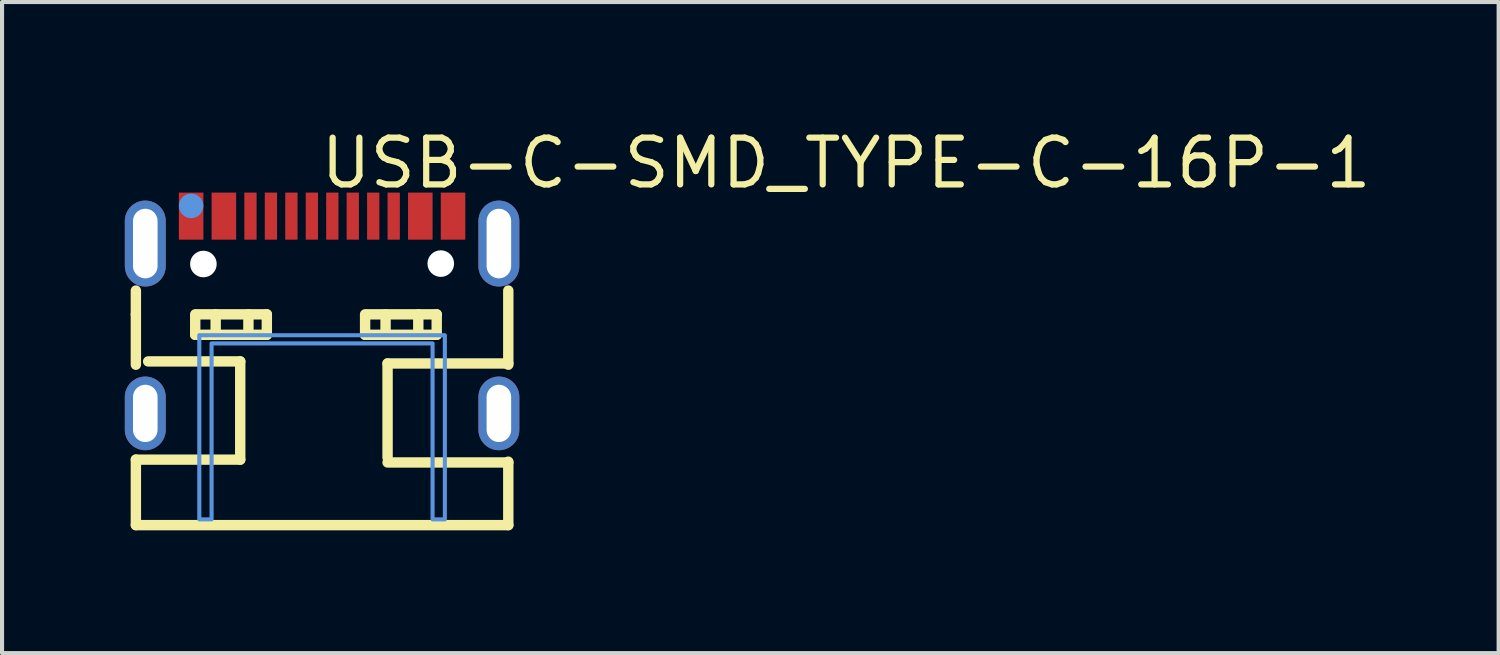
<source format=kicad_pcb>
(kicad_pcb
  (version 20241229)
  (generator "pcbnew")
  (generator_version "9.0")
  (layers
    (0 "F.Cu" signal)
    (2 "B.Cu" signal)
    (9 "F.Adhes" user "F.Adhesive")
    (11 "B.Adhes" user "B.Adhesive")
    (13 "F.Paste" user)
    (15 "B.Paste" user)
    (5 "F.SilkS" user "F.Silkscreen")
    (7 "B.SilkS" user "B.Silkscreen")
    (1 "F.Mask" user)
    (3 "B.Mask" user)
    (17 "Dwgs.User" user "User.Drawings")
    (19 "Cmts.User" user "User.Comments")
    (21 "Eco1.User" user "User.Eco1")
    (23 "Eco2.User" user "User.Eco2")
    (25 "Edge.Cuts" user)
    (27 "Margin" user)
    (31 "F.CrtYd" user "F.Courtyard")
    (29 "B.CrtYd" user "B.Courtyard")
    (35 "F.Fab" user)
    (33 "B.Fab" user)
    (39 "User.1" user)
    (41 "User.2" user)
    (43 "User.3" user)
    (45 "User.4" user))
  (footprint "USB-C-SMD_TYPE-C-16P-1"
    (layer "F.Cu")
    (at 4.82 4.641)
    (property "Reference" "USB-C-SMD_TYPE-C-16P-1" (at -0.114 -3.706 0) (layer "F.SilkS") (effects (font (size 1.143 1.143) (thickness 0.152)) (justify left)))
    (attr smd)
    (fp_line (start -4.55 -0.01) (end -4.55 -0.591) (stroke (width 0.254) (type solid)) (layer "F.SilkS"))
    (fp_line (start -4.55 -0.01) (end -4.55 1.221) (stroke (width 0.254) (type solid)) (layer "F.SilkS"))
    (fp_line (start -4.55 3.54) (end -4.55 5.14) (stroke (width 0.254) (type solid)) (layer "F.SilkS"))
    (fp_line (start -4.55 5.14) (end 4.55 5.14) (stroke (width 0.254) (type solid)) (layer "F.SilkS"))
    (fp_line (start -4.25 1.14) (end -2 1.14) (stroke (width 0.254) (type solid)) (layer "F.SilkS"))
    (fp_line (start -3.1 -0.01) (end -3.1 0.49) (stroke (width 0.254) (type solid)) (layer "F.SilkS"))
    (fp_line (start -3.1 0.49) (end -1.35 0.49) (stroke (width 0.254) (type solid)) (layer "F.SilkS"))
    (fp_line (start -2.6 -0.01) (end -2.6 0.49) (stroke (width 0.254) (type solid)) (layer "F.SilkS"))
    (fp_line (start -2 1.14) (end -2 3.54) (stroke (width 0.254) (type solid)) (layer "F.SilkS"))
    (fp_line (start -2 3.54) (end -4.55 3.54) (stroke (width 0.254) (type solid)) (layer "F.SilkS"))
    (fp_line (start -1.8 -0.01) (end -1.8 0.49) (stroke (width 0.254) (type solid)) (layer "F.SilkS"))
    (fp_line (start -1.35 -0.01) (end -3.05 -0.01) (stroke (width 0.254) (type solid)) (layer "F.SilkS"))
    (fp_line (start -1.35 0.49) (end -1.35 -0.01) (stroke (width 0.254) (type solid)) (layer "F.SilkS"))
    (fp_line (start 1.051 -0.01) (end 1.051 0.49) (stroke (width 0.254) (type solid)) (layer "F.SilkS"))
    (fp_line (start 1.051 0.49) (end 2.801 0.49) (stroke (width 0.254) (type solid)) (layer "F.SilkS"))
    (fp_line (start 1.551 -0.01) (end 1.551 0.49) (stroke (width 0.254) (type solid)) (layer "F.SilkS"))
    (fp_line (start 1.6 1.19) (end 1.6 3.489) (stroke (width 0.254) (type solid)) (layer "F.SilkS"))
    (fp_line (start 1.6 1.19) (end 4.55 1.19) (stroke (width 0.254) (type solid)) (layer "F.SilkS"))
    (fp_line (start 2.351 -0.01) (end 2.351 0.49) (stroke (width 0.254) (type solid)) (layer "F.SilkS"))
    (fp_line (start 2.801 -0.01) (end 1.101 -0.01) (stroke (width 0.254) (type solid)) (layer "F.SilkS"))
    (fp_line (start 2.801 0.49) (end 2.801 -0.01) (stroke (width 0.254) (type solid)) (layer "F.SilkS"))
    (fp_line (start 4.55 1.221) (end 4.55 -0.591) (stroke (width 0.254) (type solid)) (layer "F.SilkS"))
    (fp_line (start 4.55 3.609) (end 1.6 3.609) (stroke (width 0.254) (type solid)) (layer "F.SilkS"))
    (fp_line (start 4.55 5.14) (end 4.55 3.59) (stroke (width 0.254) (type solid)) (layer "F.SilkS"))
    (fp_poly (pts (xy -3.5 -2.985) (xy -3.5 -1.835) (xy -2.9 -1.835) (xy -2.9 -2.985)) (stroke (width 0) (type solid)) (fill yes) (layer "F.Paste"))
    (fp_poly (pts (xy -2.7 -2.985) (xy -2.7 -1.835) (xy -2.1 -1.835) (xy -2.1 -2.985)) (stroke (width 0) (type solid)) (fill yes) (layer "F.Paste"))
    (fp_poly (pts (xy -1.6 -1.835) (xy -1.6 -2.985) (xy -1.9 -2.985) (xy -1.9 -1.835)) (stroke (width 0) (type solid)) (fill yes) (layer "F.Paste"))
    (fp_poly (pts (xy -1.1 -1.835) (xy -1.1 -2.985) (xy -1.4 -2.985) (xy -1.4 -1.835)) (stroke (width 0) (type solid)) (fill yes) (layer "F.Paste"))
    (fp_poly (pts (xy -0.6 -1.835) (xy -0.6 -2.985) (xy -0.9 -2.985) (xy -0.9 -1.835)) (stroke (width 0) (type solid)) (fill yes) (layer "F.Paste"))
    (fp_poly (pts (xy -0.1 -1.835) (xy -0.1 -2.985) (xy -0.4 -2.985) (xy -0.4 -1.835)) (stroke (width 0) (type solid)) (fill yes) (layer "F.Paste"))
    (fp_poly (pts (xy 0.4 -1.835) (xy 0.4 -2.985) (xy 0.1 -2.985) (xy 0.1 -1.835)) (stroke (width 0) (type solid)) (fill yes) (layer "F.Paste"))
    (fp_poly (pts (xy 0.6 -2.985) (xy 0.6 -1.835) (xy 0.9 -1.835) (xy 0.9 -2.985)) (stroke (width 0) (type solid)) (fill yes) (layer "F.Paste"))
    (fp_poly (pts (xy 1.1 -2.985) (xy 1.1 -1.835) (xy 1.4 -1.835) (xy 1.4 -2.985)) (stroke (width 0) (type solid)) (fill yes) (layer "F.Paste"))
    (fp_poly (pts (xy 1.9 -1.835) (xy 1.9 -2.985) (xy 1.6 -2.985) (xy 1.6 -1.835)) (stroke (width 0) (type solid)) (fill yes) (layer "F.Paste"))
    (fp_poly (pts (xy 2.7 -1.835) (xy 2.7 -2.985) (xy 2.1 -2.985) (xy 2.1 -1.835)) (stroke (width 0) (type solid)) (fill yes) (layer "F.Paste"))
    (fp_poly (pts (xy 3.5 -1.835) (xy 3.5 -2.985) (xy 2.9 -2.985) (xy 2.9 -1.835)) (stroke (width 0) (type solid)) (fill yes) (layer "F.Paste"))
    (fp_poly (pts (xy -4.333 -2.79) (xy -4.357 -2.789) (xy -4.382 -2.786) (xy -4.407 -2.782) (xy -4.431 -2.777) (xy -4.455 -2.771) (xy -4.479 -2.764) (xy -4.503 -2.755) (xy -4.526 -2.746) (xy -4.548 -2.735) (xy -4.57 -2.723) (xy -4.591 -2.71) (xy -4.612 -2.696) (xy -4.632 -2.681) (xy -4.651 -2.665) (xy -4.669 -2.648) (xy -4.687 -2.63) (xy -4.703 -2.611) (xy -4.719 -2.592) (xy -4.733 -2.572) (xy -4.747 -2.551) (xy -4.759 -2.529) (xy -4.771 -2.507) (xy -4.781 -2.484) (xy -4.79 -2.461) (xy -4.798 -2.437) (xy -4.805 -2.413) (xy -4.81 -2.389) (xy -4.814 -2.365) (xy -4.818 -2.34) (xy -4.819 -2.315) (xy -4.82 -2.29) (xy -4.82 -1.19) (xy -4.819 -1.165) (xy -4.818 -1.14) (xy -4.814 -1.115) (xy -4.81 -1.091) (xy -4.805 -1.067) (xy -4.798 -1.043) (xy -4.79 -1.019) (xy -4.781 -0.996) (xy -4.771 -0.973) (xy -4.759 -0.951) (xy -4.747 -0.929) (xy -4.733 -0.908) (xy -4.719 -0.888) (xy -4.703 -0.869) (xy -4.687 -0.85) (xy -4.669 -0.832) (xy -4.651 -0.815) (xy -4.632 -0.799) (xy -4.612 -0.784) (xy -4.591 -0.77) (xy -4.57 -0.757) (xy -4.548 -0.745) (xy -4.526 -0.734) (xy -4.503 -0.725) (xy -4.479 -0.716) (xy -4.455 -0.709) (xy -4.431 -0.703) (xy -4.407 -0.698) (xy -4.382 -0.694) (xy -4.357 -0.691) (xy -4.333 -0.69) (xy -4.308 -0.69) (xy -4.283 -0.691) (xy -4.258 -0.694) (xy -4.233 -0.698) (xy -4.209 -0.703) (xy -4.185 -0.709) (xy -4.161 -0.716) (xy -4.137 -0.725) (xy -4.114 -0.734) (xy -4.092 -0.745) (xy -4.07 -0.757) (xy -4.049 -0.77) (xy -4.028 -0.784) (xy -4.008 -0.799) (xy -3.989 -0.815) (xy -3.971 -0.832) (xy -3.954 -0.85) (xy -3.937 -0.869) (xy -3.921 -0.888) (xy -3.907 -0.908) (xy -3.893 -0.929) (xy -3.881 -0.951) (xy -3.87 -0.973) (xy -3.859 -0.996) (xy -3.85 -1.019) (xy -3.842 -1.043) (xy -3.836 -1.067) (xy -3.83 -1.091) (xy -3.826 -1.115) (xy -3.823 -1.14) (xy -3.821 -1.165) (xy -3.82 -1.19) (xy -3.82 -2.29) (xy -3.821 -2.315) (xy -3.823 -2.34) (xy -3.826 -2.365) (xy -3.83 -2.389) (xy -3.836 -2.413) (xy -3.842 -2.437) (xy -3.85 -2.461) (xy -3.859 -2.484) (xy -3.87 -2.507) (xy -3.881 -2.529) (xy -3.893 -2.551) (xy -3.907 -2.572) (xy -3.921 -2.592) (xy -3.937 -2.611) (xy -3.954 -2.63) (xy -3.971 -2.648) (xy -3.989 -2.665) (xy -4.008 -2.681) (xy -4.028 -2.696) (xy -4.049 -2.71) (xy -4.07 -2.723) (xy -4.092 -2.735) (xy -4.114 -2.746) (xy -4.137 -2.755) (xy -4.161 -2.764) (xy -4.185 -2.771) (xy -4.209 -2.777) (xy -4.233 -2.782) (xy -4.258 -2.786) (xy -4.283 -2.789) (xy -4.308 -2.79)) (stroke (width 0) (type solid)) (fill yes) (layer "F.Paste"))
    (fp_poly (pts (xy -4.283 1.511) (xy -4.308 1.51) (xy -4.333 1.51) (xy -4.357 1.511) (xy -4.382 1.514) (xy -4.407 1.518) (xy -4.431 1.523) (xy -4.455 1.529) (xy -4.479 1.536) (xy -4.503 1.545) (xy -4.526 1.554) (xy -4.548 1.565) (xy -4.57 1.577) (xy -4.591 1.59) (xy -4.612 1.604) (xy -4.632 1.619) (xy -4.651 1.635) (xy -4.669 1.652) (xy -4.687 1.67) (xy -4.703 1.689) (xy -4.719 1.708) (xy -4.733 1.728) (xy -4.747 1.749) (xy -4.759 1.771) (xy -4.771 1.793) (xy -4.781 1.816) (xy -4.79 1.839) (xy -4.798 1.863) (xy -4.805 1.887) (xy -4.81 1.911) (xy -4.814 1.936) (xy -4.818 1.96) (xy -4.819 1.985) (xy -4.82 2.01) (xy -4.82 2.81) (xy -4.819 2.835) (xy -4.818 2.86) (xy -4.814 2.885) (xy -4.81 2.909) (xy -4.805 2.933) (xy -4.798 2.957) (xy -4.79 2.981) (xy -4.781 3.004) (xy -4.771 3.027) (xy -4.759 3.049) (xy -4.747 3.071) (xy -4.733 3.092) (xy -4.719 3.112) (xy -4.703 3.131) (xy -4.687 3.15) (xy -4.669 3.168) (xy -4.651 3.185) (xy -4.632 3.201) (xy -4.612 3.216) (xy -4.591 3.23) (xy -4.57 3.243) (xy -4.548 3.255) (xy -4.526 3.266) (xy -4.503 3.276) (xy -4.479 3.284) (xy -4.455 3.291) (xy -4.431 3.298) (xy -4.407 3.302) (xy -4.382 3.306) (xy -4.357 3.309) (xy -4.333 3.31) (xy -4.308 3.31) (xy -4.283 3.309) (xy -4.258 3.306) (xy -4.233 3.302) (xy -4.209 3.298) (xy -4.185 3.291) (xy -4.161 3.284) (xy -4.137 3.276) (xy -4.114 3.266) (xy -4.092 3.255) (xy -4.07 3.243) (xy -4.049 3.23) (xy -4.028 3.216) (xy -4.008 3.201) (xy -3.989 3.185) (xy -3.971 3.168) (xy -3.954 3.15) (xy -3.937 3.131) (xy -3.921 3.112) (xy -3.907 3.092) (xy -3.893 3.071) (xy -3.881 3.049) (xy -3.87 3.027) (xy -3.859 3.004) (xy -3.85 2.981) (xy -3.842 2.957) (xy -3.836 2.933) (xy -3.83 2.909) (xy -3.826 2.885) (xy -3.823 2.86) (xy -3.821 2.835) (xy -3.82 2.81) (xy -3.82 2.01) (xy -3.821 1.985) (xy -3.823 1.96) (xy -3.826 1.936) (xy -3.83 1.911) (xy -3.836 1.887) (xy -3.842 1.863) (xy -3.85 1.839) (xy -3.859 1.816) (xy -3.87 1.793) (xy -3.881 1.771) (xy -3.893 1.749) (xy -3.907 1.728) (xy -3.921 1.708) (xy -3.937 1.689) (xy -3.954 1.67) (xy -3.971 1.652) (xy -3.989 1.635) (xy -4.008 1.619) (xy -4.028 1.604) (xy -4.049 1.59) (xy -4.07 1.577) (xy -4.092 1.565) (xy -4.114 1.554) (xy -4.137 1.545) (xy -4.161 1.536) (xy -4.185 1.529) (xy -4.209 1.523) (xy -4.233 1.518) (xy -4.258 1.514)) (stroke (width 0) (type solid)) (fill yes) (layer "F.Paste"))
    (fp_poly (pts (xy 4.308 1.51) (xy 4.283 1.511) (xy 4.258 1.514) (xy 4.233 1.518) (xy 4.209 1.523) (xy 4.185 1.529) (xy 4.161 1.536) (xy 4.137 1.545) (xy 4.114 1.554) (xy 4.092 1.565) (xy 4.07 1.577) (xy 4.049 1.59) (xy 4.028 1.604) (xy 4.008 1.619) (xy 3.989 1.635) (xy 3.971 1.652) (xy 3.954 1.67) (xy 3.937 1.689) (xy 3.921 1.708) (xy 3.907 1.728) (xy 3.893 1.749) (xy 3.881 1.771) (xy 3.87 1.793) (xy 3.859 1.816) (xy 3.85 1.839) (xy 3.842 1.863) (xy 3.836 1.887) (xy 3.83 1.911) (xy 3.826 1.936) (xy 3.823 1.96) (xy 3.821 1.985) (xy 3.82 2.01) (xy 3.82 2.81) (xy 3.821 2.835) (xy 3.823 2.86) (xy 3.826 2.885) (xy 3.83 2.909) (xy 3.836 2.933) (xy 3.842 2.957) (xy 3.85 2.981) (xy 3.859 3.004) (xy 3.87 3.027) (xy 3.881 3.049) (xy 3.893 3.071) (xy 3.907 3.092) (xy 3.921 3.112) (xy 3.937 3.131) (xy 3.954 3.15) (xy 3.971 3.168) (xy 3.989 3.185) (xy 4.008 3.201) (xy 4.028 3.216) (xy 4.049 3.23) (xy 4.07 3.243) (xy 4.092 3.255) (xy 4.114 3.266) (xy 4.137 3.276) (xy 4.161 3.284) (xy 4.185 3.291) (xy 4.209 3.298) (xy 4.233 3.302) (xy 4.258 3.306) (xy 4.283 3.309) (xy 4.308 3.31) (xy 4.333 3.31) (xy 4.357 3.309) (xy 4.382 3.306) (xy 4.407 3.302) (xy 4.431 3.298) (xy 4.455 3.291) (xy 4.479 3.284) (xy 4.503 3.276) (xy 4.526 3.266) (xy 4.548 3.255) (xy 4.57 3.243) (xy 4.591 3.23) (xy 4.612 3.216) (xy 4.632 3.201) (xy 4.651 3.185) (xy 4.669 3.168) (xy 4.687 3.15) (xy 4.703 3.131) (xy 4.719 3.112) (xy 4.733 3.092) (xy 4.747 3.071) (xy 4.759 3.049) (xy 4.771 3.027) (xy 4.781 3.004) (xy 4.79 2.981) (xy 4.798 2.957) (xy 4.805 2.933) (xy 4.81 2.909) (xy 4.814 2.885) (xy 4.818 2.86) (xy 4.819 2.835) (xy 4.82 2.81) (xy 4.82 2.01) (xy 4.819 1.985) (xy 4.818 1.96) (xy 4.814 1.936) (xy 4.81 1.911) (xy 4.805 1.887) (xy 4.798 1.863) (xy 4.79 1.839) (xy 4.781 1.816) (xy 4.771 1.793) (xy 4.759 1.771) (xy 4.747 1.749) (xy 4.733 1.728) (xy 4.719 1.708) (xy 4.703 1.689) (xy 4.687 1.67) (xy 4.669 1.652) (xy 4.651 1.635) (xy 4.632 1.619) (xy 4.612 1.604) (xy 4.591 1.59) (xy 4.57 1.577) (xy 4.548 1.565) (xy 4.526 1.554) (xy 4.503 1.545) (xy 4.479 1.536) (xy 4.455 1.529) (xy 4.431 1.523) (xy 4.407 1.518) (xy 4.382 1.514) (xy 4.357 1.511) (xy 4.333 1.51)) (stroke (width 0) (type solid)) (fill yes) (layer "F.Paste"))
    (fp_poly (pts (xy 4.357 -2.789) (xy 4.333 -2.79) (xy 4.308 -2.79) (xy 4.283 -2.789) (xy 4.258 -2.786) (xy 4.233 -2.782) (xy 4.209 -2.777) (xy 4.185 -2.771) (xy 4.161 -2.764) (xy 4.137 -2.755) (xy 4.114 -2.746) (xy 4.092 -2.735) (xy 4.07 -2.723) (xy 4.049 -2.71) (xy 4.028 -2.696) (xy 4.008 -2.681) (xy 3.989 -2.665) (xy 3.971 -2.648) (xy 3.954 -2.63) (xy 3.937 -2.611) (xy 3.921 -2.592) (xy 3.907 -2.572) (xy 3.893 -2.551) (xy 3.881 -2.529) (xy 3.87 -2.507) (xy 3.859 -2.484) (xy 3.85 -2.461) (xy 3.842 -2.437) (xy 3.836 -2.413) (xy 3.83 -2.389) (xy 3.826 -2.365) (xy 3.823 -2.34) (xy 3.821 -2.315) (xy 3.82 -2.29) (xy 3.82 -1.19) (xy 3.821 -1.165) (xy 3.823 -1.14) (xy 3.826 -1.115) (xy 3.83 -1.091) (xy 3.836 -1.067) (xy 3.842 -1.043) (xy 3.85 -1.019) (xy 3.859 -0.996) (xy 3.87 -0.973) (xy 3.881 -0.951) (xy 3.893 -0.929) (xy 3.907 -0.908) (xy 3.921 -0.888) (xy 3.937 -0.869) (xy 3.954 -0.85) (xy 3.971 -0.832) (xy 3.989 -0.815) (xy 4.008 -0.799) (xy 4.028 -0.784) (xy 4.049 -0.77) (xy 4.07 -0.757) (xy 4.092 -0.745) (xy 4.114 -0.734) (xy 4.137 -0.725) (xy 4.161 -0.716) (xy 4.185 -0.709) (xy 4.209 -0.703) (xy 4.233 -0.698) (xy 4.258 -0.694) (xy 4.283 -0.691) (xy 4.308 -0.69) (xy 4.333 -0.69) (xy 4.357 -0.691) (xy 4.382 -0.694) (xy 4.407 -0.698) (xy 4.431 -0.703) (xy 4.455 -0.709) (xy 4.479 -0.716) (xy 4.503 -0.725) (xy 4.526 -0.734) (xy 4.548 -0.745) (xy 4.57 -0.757) (xy 4.591 -0.77) (xy 4.612 -0.784) (xy 4.632 -0.799) (xy 4.651 -0.815) (xy 4.669 -0.832) (xy 4.687 -0.85) (xy 4.703 -0.869) (xy 4.719 -0.888) (xy 4.733 -0.908) (xy 4.747 -0.929) (xy 4.759 -0.951) (xy 4.771 -0.973) (xy 4.781 -0.996) (xy 4.79 -1.019) (xy 4.798 -1.043) (xy 4.805 -1.067) (xy 4.81 -1.091) (xy 4.814 -1.115) (xy 4.818 -1.14) (xy 4.819 -1.165) (xy 4.82 -1.19) (xy 4.82 -2.29) (xy 4.819 -2.315) (xy 4.818 -2.34) (xy 4.814 -2.365) (xy 4.81 -2.389) (xy 4.805 -2.413) (xy 4.798 -2.437) (xy 4.79 -2.461) (xy 4.781 -2.484) (xy 4.771 -2.507) (xy 4.759 -2.529) (xy 4.747 -2.551) (xy 4.733 -2.572) (xy 4.719 -2.592) (xy 4.703 -2.611) (xy 4.687 -2.63) (xy 4.669 -2.648) (xy 4.651 -2.665) (xy 4.632 -2.681) (xy 4.612 -2.696) (xy 4.591 -2.71) (xy 4.57 -2.723) (xy 4.548 -2.735) (xy 4.526 -2.746) (xy 4.503 -2.755) (xy 4.479 -2.764) (xy 4.455 -2.771) (xy 4.431 -2.777) (xy 4.407 -2.782) (xy 4.382 -2.786)) (stroke (width 0) (type solid)) (fill yes) (layer "F.Paste"))
    (fp_circle (center -3.2 -2.66) (end -3.05 -2.66) (stroke (width 0.3) (type solid)) (fill no) (layer "Cmts.User"))
    (fp_circle (center -2.89 -1.24) (end -2.79 -1.24) (stroke (width 0.2) (type solid)) (fill no) (layer "Cmts.User"))
    (fp_circle (center 2.89 -1.24) (end 2.99 -1.24) (stroke (width 0.2) (type solid)) (fill no) (layer "Cmts.User"))
    (fp_poly (pts (xy -3 5) (xy -3 0.5) (xy 3 0.5) (xy 3 5) (xy 2.7 5) (xy 2.7 0.7) (xy -2.7 0.7) (xy -2.7 5)) (stroke (width 0.1) (type solid)) (fill no) (layer "Cmts.User"))
    (pad "" np_thru_hole circle (at -2.9 -1.24) (size 0.65 0.65) (drill 0.65) (layers "*.Cu" "*.Mask"))
    (pad "" np_thru_hole circle (at 2.9 -1.25) (size 0.65 0.65) (drill 0.65) (layers "*.Cu" "*.Mask"))
    (pad "A1B12" smd rect (at -3.2 -2.41) (size 0.6 1.15) (layers "F.Cu" "F.Mask" "F.Paste"))
    (pad "A4B9" smd rect (at -2.4 -2.41) (size 0.6 1.15) (layers "F.Cu" "F.Mask" "F.Paste"))
    (pad "A5" smd rect (at -1.25 -2.41) (size 0.3 1.15) (layers "F.Cu" "F.Mask" "F.Paste"))
    (pad "A6" smd rect (at -0.25 -2.41) (size 0.3 1.15) (layers "F.Cu" "F.Mask" "F.Paste"))
    (pad "A7" smd rect (at 0.25 -2.41) (size 0.3 1.15) (layers "F.Cu" "F.Mask" "F.Paste"))
    (pad "A8" smd rect (at 1.25 -2.41) (size 0.3 1.15) (layers "F.Cu" "F.Mask" "F.Paste"))
    (pad "B1A12" smd rect (at 3.2 -2.41) (size 0.6 1.15) (layers "F.Cu" "F.Mask" "F.Paste"))
    (pad "B4A9" smd rect (at 2.4 -2.41) (size 0.6 1.15) (layers "F.Cu" "F.Mask" "F.Paste"))
    (pad "B5" smd rect (at 1.75 -2.41) (size 0.3 1.15) (layers "F.Cu" "F.Mask" "F.Paste"))
    (pad "B6" smd rect (at 0.75 -2.41) (size 0.3 1.15) (layers "F.Cu" "F.Mask" "F.Paste"))
    (pad "B7" smd rect (at -0.75 -2.41) (size 0.3 1.15) (layers "F.Cu" "F.Mask" "F.Paste"))
    (pad "B8" smd rect (at -1.75 -2.41) (size 0.3 1.15) (layers "F.Cu" "F.Mask" "F.Paste"))
    (pad "EP" thru_hole oval (at -4.32 -1.74) (size 1 2.1) (drill oval 0.6 1.7) (layers "*.Cu" "*.Paste" "*.Mask"))
    (pad "EP" thru_hole oval (at -4.32 2.41) (size 1 1.8) (drill oval 0.6 1.4) (layers "*.Cu" "*.Paste" "*.Mask"))
    (pad "EP" thru_hole oval (at 4.32 -1.74) (size 1 2.1) (drill oval 0.6 1.7) (layers "*.Cu" "*.Paste" "*.Mask"))
    (pad "EP" thru_hole oval (at 4.32 2.41) (size 1 1.8) (drill oval 0.6 1.4) (layers "*.Cu" "*.Paste" "*.Mask")))
  (gr_rect
    (start -3 -3)
    (end 33.569 12.908)
    (stroke (width 0.1) (type default))
    (fill no)
    (layer "Edge.Cuts")))
</source>
